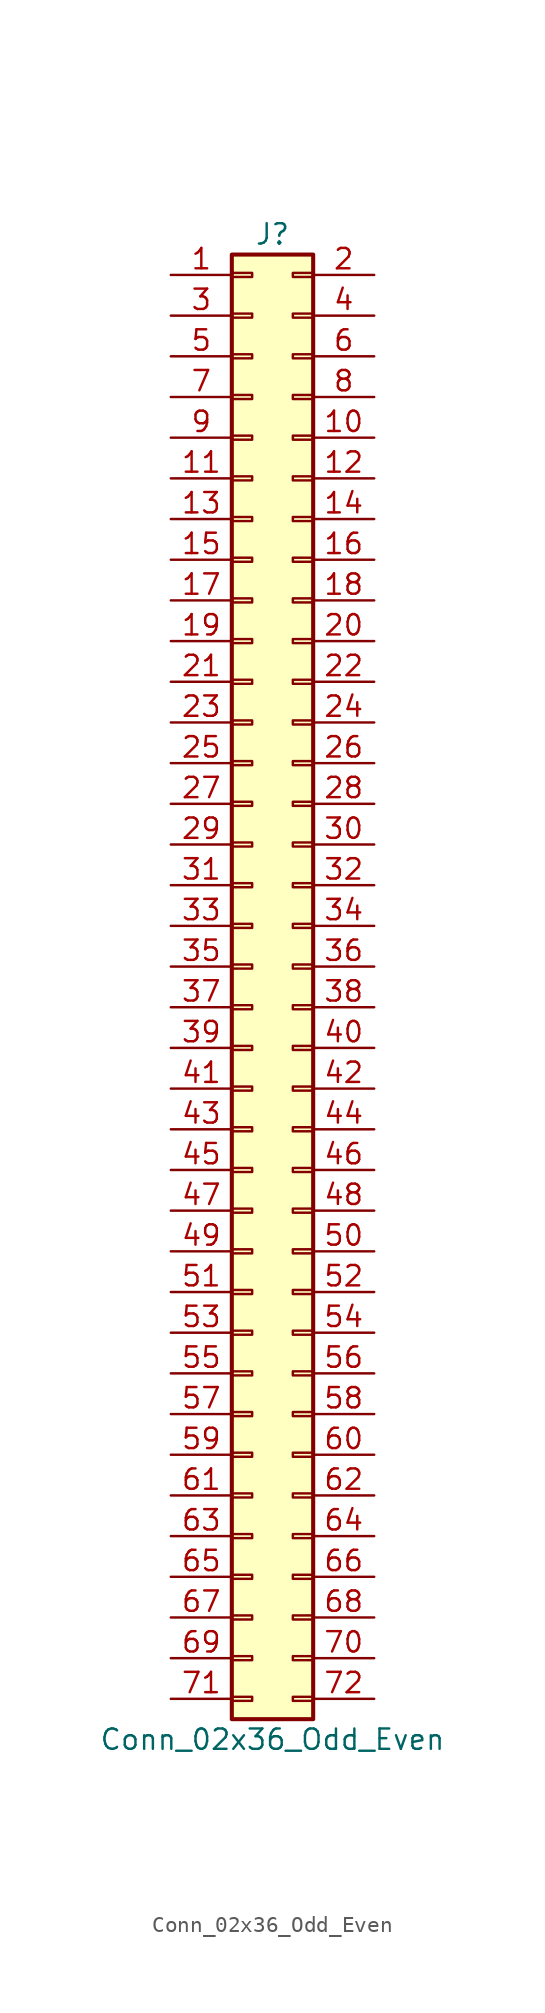
<source format=kicad_sym>
(kicad_symbol_lib
  (version 20220914)
  (generator kicad_symbol_editor)
  (symbol "Conn_02x36_Odd_Even"
    (pin_names
      (offset 1.016) hide)
    (property "Reference" "J"
      (at 1.27 45.72 0)
      (effects (font (size 1.27 1.27))))
    (property "Value" "Conn_02x36_Odd_Even"
      (at 1.27 -48.26 0)
      (effects (font (size 1.27 1.27))))
    (symbol "Conn_02x36_Odd_Even_1_1"
      (rectangle (start -1.27 -45.593) (end 0 -45.847) (stroke (width 0.152) (type solid)) (fill (type none)))
      (rectangle (start -1.27 -43.053) (end 0 -43.307) (stroke (width 0.152) (type solid)) (fill (type none)))
      (rectangle (start -1.27 -40.513) (end 0 -40.767) (stroke (width 0.152) (type solid)) (fill (type none)))
      (rectangle (start -1.27 -37.973) (end 0 -38.227) (stroke (width 0.152) (type solid)) (fill (type none)))
      (rectangle (start -1.27 -35.433) (end 0 -35.687) (stroke (width 0.152) (type solid)) (fill (type none)))
      (rectangle (start -1.27 -32.893) (end 0 -33.147) (stroke (width 0.152) (type solid)) (fill (type none)))
      (rectangle (start -1.27 -30.353) (end 0 -30.607) (stroke (width 0.152) (type solid)) (fill (type none)))
      (rectangle (start -1.27 -27.813) (end 0 -28.067) (stroke (width 0.152) (type solid)) (fill (type none)))
      (rectangle (start -1.27 -25.273) (end 0 -25.527) (stroke (width 0.152) (type solid)) (fill (type none)))
      (rectangle (start -1.27 -22.733) (end 0 -22.987) (stroke (width 0.152) (type solid)) (fill (type none)))
      (rectangle (start -1.27 -20.193) (end 0 -20.447) (stroke (width 0.152) (type solid)) (fill (type none)))
      (rectangle (start -1.27 -17.653) (end 0 -17.907) (stroke (width 0.152) (type solid)) (fill (type none)))
      (rectangle (start -1.27 -15.113) (end 0 -15.367) (stroke (width 0.152) (type solid)) (fill (type none)))
      (rectangle (start -1.27 -12.573) (end 0 -12.827) (stroke (width 0.152) (type solid)) (fill (type none)))
      (rectangle (start -1.27 -10.033) (end 0 -10.287) (stroke (width 0.152) (type solid)) (fill (type none)))
      (rectangle (start -1.27 -7.493) (end 0 -7.747) (stroke (width 0.152) (type solid)) (fill (type none)))
      (rectangle (start -1.27 -4.953) (end 0 -5.207) (stroke (width 0.152) (type solid)) (fill (type none)))
      (rectangle (start -1.27 -2.413) (end 0 -2.667) (stroke (width 0.152) (type solid)) (fill (type none)))
      (rectangle (start -1.27 0.127) (end 0 -0.127) (stroke (width 0.152) (type solid)) (fill (type none)))
      (rectangle (start -1.27 2.667) (end 0 2.413) (stroke (width 0.152) (type solid)) (fill (type none)))
      (rectangle (start -1.27 5.207) (end 0 4.953) (stroke (width 0.152) (type solid)) (fill (type none)))
      (rectangle (start -1.27 7.747) (end 0 7.493) (stroke (width 0.152) (type solid)) (fill (type none)))
      (rectangle (start -1.27 10.287) (end 0 10.033) (stroke (width 0.152) (type solid)) (fill (type none)))
      (rectangle (start -1.27 12.827) (end 0 12.573) (stroke (width 0.152) (type solid)) (fill (type none)))
      (rectangle (start -1.27 15.367) (end 0 15.113) (stroke (width 0.152) (type solid)) (fill (type none)))
      (rectangle (start -1.27 17.907) (end 0 17.653) (stroke (width 0.152) (type solid)) (fill (type none)))
      (rectangle (start -1.27 20.447) (end 0 20.193) (stroke (width 0.152) (type solid)) (fill (type none)))
      (rectangle (start -1.27 22.987) (end 0 22.733) (stroke (width 0.152) (type solid)) (fill (type none)))
      (rectangle (start -1.27 25.527) (end 0 25.273) (stroke (width 0.152) (type solid)) (fill (type none)))
      (rectangle (start -1.27 28.067) (end 0 27.813) (stroke (width 0.152) (type solid)) (fill (type none)))
      (rectangle (start -1.27 30.607) (end 0 30.353) (stroke (width 0.152) (type solid)) (fill (type none)))
      (rectangle (start -1.27 33.147) (end 0 32.893) (stroke (width 0.152) (type solid)) (fill (type none)))
      (rectangle (start -1.27 35.687) (end 0 35.433) (stroke (width 0.152) (type solid)) (fill (type none)))
      (rectangle (start -1.27 38.227) (end 0 37.973) (stroke (width 0.152) (type solid)) (fill (type none)))
      (rectangle (start -1.27 40.767) (end 0 40.513) (stroke (width 0.152) (type solid)) (fill (type none)))
      (rectangle (start -1.27 43.307) (end 0 43.053) (stroke (width 0.152) (type solid)) (fill (type none)))
      (rectangle (start -1.27 44.45) (end 3.81 -46.99) (stroke (width 0.254) (type solid)) (fill (type background)))
      (rectangle (start 3.81 -45.593) (end 2.54 -45.847) (stroke (width 0.152) (type solid)) (fill (type none)))
      (rectangle (start 3.81 -43.053) (end 2.54 -43.307) (stroke (width 0.152) (type solid)) (fill (type none)))
      (rectangle (start 3.81 -40.513) (end 2.54 -40.767) (stroke (width 0.152) (type solid)) (fill (type none)))
      (rectangle (start 3.81 -37.973) (end 2.54 -38.227) (stroke (width 0.152) (type solid)) (fill (type none)))
      (rectangle (start 3.81 -35.433) (end 2.54 -35.687) (stroke (width 0.152) (type solid)) (fill (type none)))
      (rectangle (start 3.81 -32.893) (end 2.54 -33.147) (stroke (width 0.152) (type solid)) (fill (type none)))
      (rectangle (start 3.81 -30.353) (end 2.54 -30.607) (stroke (width 0.152) (type solid)) (fill (type none)))
      (rectangle (start 3.81 -27.813) (end 2.54 -28.067) (stroke (width 0.152) (type solid)) (fill (type none)))
      (rectangle (start 3.81 -25.273) (end 2.54 -25.527) (stroke (width 0.152) (type solid)) (fill (type none)))
      (rectangle (start 3.81 -22.733) (end 2.54 -22.987) (stroke (width 0.152) (type solid)) (fill (type none)))
      (rectangle (start 3.81 -20.193) (end 2.54 -20.447) (stroke (width 0.152) (type solid)) (fill (type none)))
      (rectangle (start 3.81 -17.653) (end 2.54 -17.907) (stroke (width 0.152) (type solid)) (fill (type none)))
      (rectangle (start 3.81 -15.113) (end 2.54 -15.367) (stroke (width 0.152) (type solid)) (fill (type none)))
      (rectangle (start 3.81 -12.573) (end 2.54 -12.827) (stroke (width 0.152) (type solid)) (fill (type none)))
      (rectangle (start 3.81 -10.033) (end 2.54 -10.287) (stroke (width 0.152) (type solid)) (fill (type none)))
      (rectangle (start 3.81 -7.493) (end 2.54 -7.747) (stroke (width 0.152) (type solid)) (fill (type none)))
      (rectangle (start 3.81 -4.953) (end 2.54 -5.207) (stroke (width 0.152) (type solid)) (fill (type none)))
      (rectangle (start 3.81 -2.413) (end 2.54 -2.667) (stroke (width 0.152) (type solid)) (fill (type none)))
      (rectangle (start 3.81 0.127) (end 2.54 -0.127) (stroke (width 0.152) (type solid)) (fill (type none)))
      (rectangle (start 3.81 2.667) (end 2.54 2.413) (stroke (width 0.152) (type solid)) (fill (type none)))
      (rectangle (start 3.81 5.207) (end 2.54 4.953) (stroke (width 0.152) (type solid)) (fill (type none)))
      (rectangle (start 3.81 7.747) (end 2.54 7.493) (stroke (width 0.152) (type solid)) (fill (type none)))
      (rectangle (start 3.81 10.287) (end 2.54 10.033) (stroke (width 0.152) (type solid)) (fill (type none)))
      (rectangle (start 3.81 12.827) (end 2.54 12.573) (stroke (width 0.152) (type solid)) (fill (type none)))
      (rectangle (start 3.81 15.367) (end 2.54 15.113) (stroke (width 0.152) (type solid)) (fill (type none)))
      (rectangle (start 3.81 17.907) (end 2.54 17.653) (stroke (width 0.152) (type solid)) (fill (type none)))
      (rectangle (start 3.81 20.447) (end 2.54 20.193) (stroke (width 0.152) (type solid)) (fill (type none)))
      (rectangle (start 3.81 22.987) (end 2.54 22.733) (stroke (width 0.152) (type solid)) (fill (type none)))
      (rectangle (start 3.81 25.527) (end 2.54 25.273) (stroke (width 0.152) (type solid)) (fill (type none)))
      (rectangle (start 3.81 28.067) (end 2.54 27.813) (stroke (width 0.152) (type solid)) (fill (type none)))
      (rectangle (start 3.81 30.607) (end 2.54 30.353) (stroke (width 0.152) (type solid)) (fill (type none)))
      (rectangle (start 3.81 33.147) (end 2.54 32.893) (stroke (width 0.152) (type solid)) (fill (type none)))
      (rectangle (start 3.81 35.687) (end 2.54 35.433) (stroke (width 0.152) (type solid)) (fill (type none)))
      (rectangle (start 3.81 38.227) (end 2.54 37.973) (stroke (width 0.152) (type solid)) (fill (type none)))
      (rectangle (start 3.81 40.767) (end 2.54 40.513) (stroke (width 0.152) (type solid)) (fill (type none)))
      (rectangle (start 3.81 43.307) (end 2.54 43.053) (stroke (width 0.152) (type solid)) (fill (type none)))
      (pin passive line (at -5.08 43.18 0) (length 3.81) (name "Pin_1" (effects (font (size 1.27 1.27)))) (number "1" (effects (font (size 1.27 1.27)))))
      (pin passive line (at 7.62 33.02 180) (length 3.81) (name "Pin_10" (effects (font (size 1.27 1.27)))) (number "10" (effects (font (size 1.27 1.27)))))
      (pin passive line (at -5.08 30.48 0) (length 3.81) (name "Pin_11" (effects (font (size 1.27 1.27)))) (number "11" (effects (font (size 1.27 1.27)))))
      (pin passive line (at 7.62 30.48 180) (length 3.81) (name "Pin_12" (effects (font (size 1.27 1.27)))) (number "12" (effects (font (size 1.27 1.27)))))
      (pin passive line (at -5.08 27.94 0) (length 3.81) (name "Pin_13" (effects (font (size 1.27 1.27)))) (number "13" (effects (font (size 1.27 1.27)))))
      (pin passive line (at 7.62 27.94 180) (length 3.81) (name "Pin_14" (effects (font (size 1.27 1.27)))) (number "14" (effects (font (size 1.27 1.27)))))
      (pin passive line (at -5.08 25.4 0) (length 3.81) (name "Pin_15" (effects (font (size 1.27 1.27)))) (number "15" (effects (font (size 1.27 1.27)))))
      (pin passive line (at 7.62 25.4 180) (length 3.81) (name "Pin_16" (effects (font (size 1.27 1.27)))) (number "16" (effects (font (size 1.27 1.27)))))
      (pin passive line (at -5.08 22.86 0) (length 3.81) (name "Pin_17" (effects (font (size 1.27 1.27)))) (number "17" (effects (font (size 1.27 1.27)))))
      (pin passive line (at 7.62 22.86 180) (length 3.81) (name "Pin_18" (effects (font (size 1.27 1.27)))) (number "18" (effects (font (size 1.27 1.27)))))
      (pin passive line (at -5.08 20.32 0) (length 3.81) (name "Pin_19" (effects (font (size 1.27 1.27)))) (number "19" (effects (font (size 1.27 1.27)))))
      (pin passive line (at 7.62 43.18 180) (length 3.81) (name "Pin_2" (effects (font (size 1.27 1.27)))) (number "2" (effects (font (size 1.27 1.27)))))
      (pin passive line (at 7.62 20.32 180) (length 3.81) (name "Pin_20" (effects (font (size 1.27 1.27)))) (number "20" (effects (font (size 1.27 1.27)))))
      (pin passive line (at -5.08 17.78 0) (length 3.81) (name "Pin_21" (effects (font (size 1.27 1.27)))) (number "21" (effects (font (size 1.27 1.27)))))
      (pin passive line (at 7.62 17.78 180) (length 3.81) (name "Pin_22" (effects (font (size 1.27 1.27)))) (number "22" (effects (font (size 1.27 1.27)))))
      (pin passive line (at -5.08 15.24 0) (length 3.81) (name "Pin_23" (effects (font (size 1.27 1.27)))) (number "23" (effects (font (size 1.27 1.27)))))
      (pin passive line (at 7.62 15.24 180) (length 3.81) (name "Pin_24" (effects (font (size 1.27 1.27)))) (number "24" (effects (font (size 1.27 1.27)))))
      (pin passive line (at -5.08 12.7 0) (length 3.81) (name "Pin_25" (effects (font (size 1.27 1.27)))) (number "25" (effects (font (size 1.27 1.27)))))
      (pin passive line (at 7.62 12.7 180) (length 3.81) (name "Pin_26" (effects (font (size 1.27 1.27)))) (number "26" (effects (font (size 1.27 1.27)))))
      (pin passive line (at -5.08 10.16 0) (length 3.81) (name "Pin_27" (effects (font (size 1.27 1.27)))) (number "27" (effects (font (size 1.27 1.27)))))
      (pin passive line (at 7.62 10.16 180) (length 3.81) (name "Pin_28" (effects (font (size 1.27 1.27)))) (number "28" (effects (font (size 1.27 1.27)))))
      (pin passive line (at -5.08 7.62 0) (length 3.81) (name "Pin_29" (effects (font (size 1.27 1.27)))) (number "29" (effects (font (size 1.27 1.27)))))
      (pin passive line (at -5.08 40.64 0) (length 3.81) (name "Pin_3" (effects (font (size 1.27 1.27)))) (number "3" (effects (font (size 1.27 1.27)))))
      (pin passive line (at 7.62 7.62 180) (length 3.81) (name "Pin_30" (effects (font (size 1.27 1.27)))) (number "30" (effects (font (size 1.27 1.27)))))
      (pin passive line (at -5.08 5.08 0) (length 3.81) (name "Pin_31" (effects (font (size 1.27 1.27)))) (number "31" (effects (font (size 1.27 1.27)))))
      (pin passive line (at 7.62 5.08 180) (length 3.81) (name "Pin_32" (effects (font (size 1.27 1.27)))) (number "32" (effects (font (size 1.27 1.27)))))
      (pin passive line (at -5.08 2.54 0) (length 3.81) (name "Pin_33" (effects (font (size 1.27 1.27)))) (number "33" (effects (font (size 1.27 1.27)))))
      (pin passive line (at 7.62 2.54 180) (length 3.81) (name "Pin_34" (effects (font (size 1.27 1.27)))) (number "34" (effects (font (size 1.27 1.27)))))
      (pin passive line (at -5.08 0 0) (length 3.81) (name "Pin_35" (effects (font (size 1.27 1.27)))) (number "35" (effects (font (size 1.27 1.27)))))
      (pin passive line (at 7.62 0 180) (length 3.81) (name "Pin_36" (effects (font (size 1.27 1.27)))) (number "36" (effects (font (size 1.27 1.27)))))
      (pin passive line (at -5.08 -2.54 0) (length 3.81) (name "Pin_37" (effects (font (size 1.27 1.27)))) (number "37" (effects (font (size 1.27 1.27)))))
      (pin passive line (at 7.62 -2.54 180) (length 3.81) (name "Pin_38" (effects (font (size 1.27 1.27)))) (number "38" (effects (font (size 1.27 1.27)))))
      (pin passive line (at -5.08 -5.08 0) (length 3.81) (name "Pin_39" (effects (font (size 1.27 1.27)))) (number "39" (effects (font (size 1.27 1.27)))))
      (pin passive line (at 7.62 40.64 180) (length 3.81) (name "Pin_4" (effects (font (size 1.27 1.27)))) (number "4" (effects (font (size 1.27 1.27)))))
      (pin passive line (at 7.62 -5.08 180) (length 3.81) (name "Pin_40" (effects (font (size 1.27 1.27)))) (number "40" (effects (font (size 1.27 1.27)))))
      (pin passive line (at -5.08 -7.62 0) (length 3.81) (name "Pin_41" (effects (font (size 1.27 1.27)))) (number "41" (effects (font (size 1.27 1.27)))))
      (pin passive line (at 7.62 -7.62 180) (length 3.81) (name "Pin_42" (effects (font (size 1.27 1.27)))) (number "42" (effects (font (size 1.27 1.27)))))
      (pin passive line (at -5.08 -10.16 0) (length 3.81) (name "Pin_43" (effects (font (size 1.27 1.27)))) (number "43" (effects (font (size 1.27 1.27)))))
      (pin passive line (at 7.62 -10.16 180) (length 3.81) (name "Pin_44" (effects (font (size 1.27 1.27)))) (number "44" (effects (font (size 1.27 1.27)))))
      (pin passive line (at -5.08 -12.7 0) (length 3.81) (name "Pin_45" (effects (font (size 1.27 1.27)))) (number "45" (effects (font (size 1.27 1.27)))))
      (pin passive line (at 7.62 -12.7 180) (length 3.81) (name "Pin_46" (effects (font (size 1.27 1.27)))) (number "46" (effects (font (size 1.27 1.27)))))
      (pin passive line (at -5.08 -15.24 0) (length 3.81) (name "Pin_47" (effects (font (size 1.27 1.27)))) (number "47" (effects (font (size 1.27 1.27)))))
      (pin passive line (at 7.62 -15.24 180) (length 3.81) (name "Pin_48" (effects (font (size 1.27 1.27)))) (number "48" (effects (font (size 1.27 1.27)))))
      (pin passive line (at -5.08 -17.78 0) (length 3.81) (name "Pin_49" (effects (font (size 1.27 1.27)))) (number "49" (effects (font (size 1.27 1.27)))))
      (pin passive line (at -5.08 38.1 0) (length 3.81) (name "Pin_5" (effects (font (size 1.27 1.27)))) (number "5" (effects (font (size 1.27 1.27)))))
      (pin passive line (at 7.62 -17.78 180) (length 3.81) (name "Pin_50" (effects (font (size 1.27 1.27)))) (number "50" (effects (font (size 1.27 1.27)))))
      (pin passive line (at -5.08 -20.32 0) (length 3.81) (name "Pin_51" (effects (font (size 1.27 1.27)))) (number "51" (effects (font (size 1.27 1.27)))))
      (pin passive line (at 7.62 -20.32 180) (length 3.81) (name "Pin_52" (effects (font (size 1.27 1.27)))) (number "52" (effects (font (size 1.27 1.27)))))
      (pin passive line (at -5.08 -22.86 0) (length 3.81) (name "Pin_53" (effects (font (size 1.27 1.27)))) (number "53" (effects (font (size 1.27 1.27)))))
      (pin passive line (at 7.62 -22.86 180) (length 3.81) (name "Pin_54" (effects (font (size 1.27 1.27)))) (number "54" (effects (font (size 1.27 1.27)))))
      (pin passive line (at -5.08 -25.4 0) (length 3.81) (name "Pin_55" (effects (font (size 1.27 1.27)))) (number "55" (effects (font (size 1.27 1.27)))))
      (pin passive line (at 7.62 -25.4 180) (length 3.81) (name "Pin_56" (effects (font (size 1.27 1.27)))) (number "56" (effects (font (size 1.27 1.27)))))
      (pin passive line (at -5.08 -27.94 0) (length 3.81) (name "Pin_57" (effects (font (size 1.27 1.27)))) (number "57" (effects (font (size 1.27 1.27)))))
      (pin passive line (at 7.62 -27.94 180) (length 3.81) (name "Pin_58" (effects (font (size 1.27 1.27)))) (number "58" (effects (font (size 1.27 1.27)))))
      (pin passive line (at -5.08 -30.48 0) (length 3.81) (name "Pin_59" (effects (font (size 1.27 1.27)))) (number "59" (effects (font (size 1.27 1.27)))))
      (pin passive line (at 7.62 38.1 180) (length 3.81) (name "Pin_6" (effects (font (size 1.27 1.27)))) (number "6" (effects (font (size 1.27 1.27)))))
      (pin passive line (at 7.62 -30.48 180) (length 3.81) (name "Pin_60" (effects (font (size 1.27 1.27)))) (number "60" (effects (font (size 1.27 1.27)))))
      (pin passive line (at -5.08 -33.02 0) (length 3.81) (name "Pin_61" (effects (font (size 1.27 1.27)))) (number "61" (effects (font (size 1.27 1.27)))))
      (pin passive line (at 7.62 -33.02 180) (length 3.81) (name "Pin_62" (effects (font (size 1.27 1.27)))) (number "62" (effects (font (size 1.27 1.27)))))
      (pin passive line (at -5.08 -35.56 0) (length 3.81) (name "Pin_63" (effects (font (size 1.27 1.27)))) (number "63" (effects (font (size 1.27 1.27)))))
      (pin passive line (at 7.62 -35.56 180) (length 3.81) (name "Pin_64" (effects (font (size 1.27 1.27)))) (number "64" (effects (font (size 1.27 1.27)))))
      (pin passive line (at -5.08 -38.1 0) (length 3.81) (name "Pin_65" (effects (font (size 1.27 1.27)))) (number "65" (effects (font (size 1.27 1.27)))))
      (pin passive line (at 7.62 -38.1 180) (length 3.81) (name "Pin_66" (effects (font (size 1.27 1.27)))) (number "66" (effects (font (size 1.27 1.27)))))
      (pin passive line (at -5.08 -40.64 0) (length 3.81) (name "Pin_67" (effects (font (size 1.27 1.27)))) (number "67" (effects (font (size 1.27 1.27)))))
      (pin passive line (at 7.62 -40.64 180) (length 3.81) (name "Pin_68" (effects (font (size 1.27 1.27)))) (number "68" (effects (font (size 1.27 1.27)))))
      (pin passive line (at -5.08 -43.18 0) (length 3.81) (name "Pin_69" (effects (font (size 1.27 1.27)))) (number "69" (effects (font (size 1.27 1.27)))))
      (pin passive line (at -5.08 35.56 0) (length 3.81) (name "Pin_7" (effects (font (size 1.27 1.27)))) (number "7" (effects (font (size 1.27 1.27)))))
      (pin passive line (at 7.62 -43.18 180) (length 3.81) (name "Pin_70" (effects (font (size 1.27 1.27)))) (number "70" (effects (font (size 1.27 1.27)))))
      (pin passive line (at -5.08 -45.72 0) (length 3.81) (name "Pin_71" (effects (font (size 1.27 1.27)))) (number "71" (effects (font (size 1.27 1.27)))))
      (pin passive line (at 7.62 -45.72 180) (length 3.81) (name "Pin_72" (effects (font (size 1.27 1.27)))) (number "72" (effects (font (size 1.27 1.27)))))
      (pin passive line (at 7.62 35.56 180) (length 3.81) (name "Pin_8" (effects (font (size 1.27 1.27)))) (number "8" (effects (font (size 1.27 1.27)))))
      (pin passive line (at -5.08 33.02 0) (length 3.81) (name "Pin_9" (effects (font (size 1.27 1.27)))) (number "9" (effects (font (size 1.27 1.27))))))))
</source>
